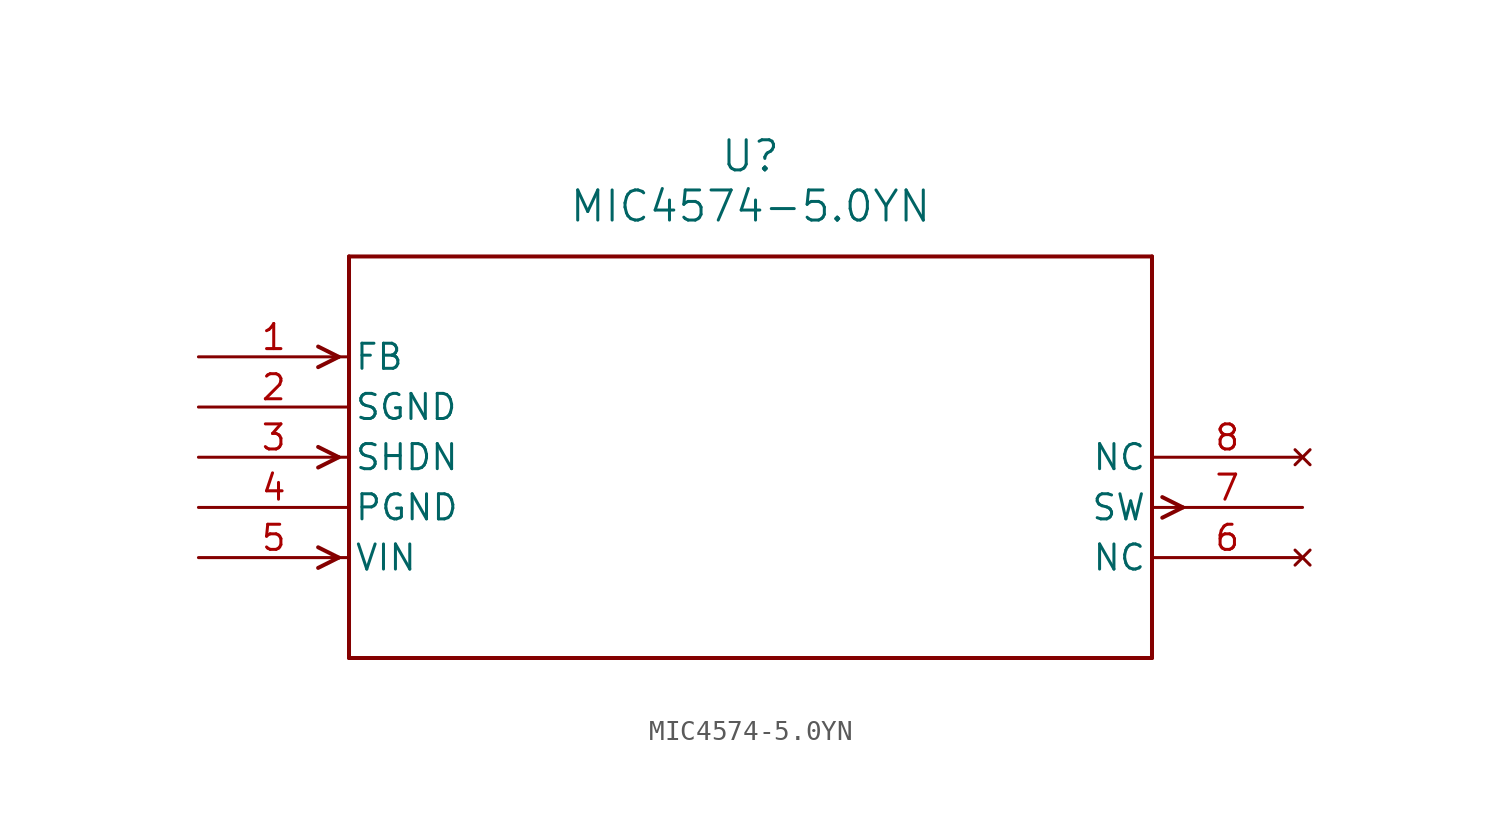
<source format=kicad_sym>
(kicad_symbol_lib
  (version 20211014)
  (generator kicad_symbol_editor)
  (symbol "MIC4574-5.0YN"
    (pin_names
      (offset 0.254))
    (property "Reference" "U"
      (at 27.94 10.16 0)
      (effects (font (size 1.524 1.524))))
    (property "Value" "MIC4574-5.0YN"
      (at 27.94 7.62 0)
      (effects (font (size 1.524 1.524))))
    (symbol "MIC4574-5.0YN_0_1"
      (polyline (pts (xy 7.099 0) (xy 6.058 0.521)) (stroke (width 0.203) (type default) (color 0 0 0 0)) (fill (type none)))
      (polyline (pts (xy 7.099 0) (xy 6.058 -0.521)) (stroke (width 0.203) (type default) (color 0 0 0 0)) (fill (type none)))
      (polyline (pts (xy 7.099 -5.08) (xy 6.058 -4.559)) (stroke (width 0.203) (type default) (color 0 0 0 0)) (fill (type none)))
      (polyline (pts (xy 7.099 -5.08) (xy 6.058 -5.601)) (stroke (width 0.203) (type default) (color 0 0 0 0)) (fill (type none)))
      (polyline (pts (xy 7.099 -10.16) (xy 6.058 -9.639)) (stroke (width 0.203) (type default) (color 0 0 0 0)) (fill (type none)))
      (polyline (pts (xy 7.099 -10.16) (xy 6.058 -10.681)) (stroke (width 0.203) (type default) (color 0 0 0 0)) (fill (type none)))
      (polyline (pts (xy 48.781 -7.099) (xy 49.822 -7.62)) (stroke (width 0.203) (type default) (color 0 0 0 0)) (fill (type none)))
      (polyline (pts (xy 48.781 -8.141) (xy 49.822 -7.62)) (stroke (width 0.203) (type default) (color 0 0 0 0)) (fill (type none)))
      (polyline (pts (xy 7.62 5.08) (xy 7.62 -15.24)) (stroke (width 0.203) (type default) (color 0 0 0 0)) (fill (type none)))
      (polyline (pts (xy 7.62 -15.24) (xy 48.26 -15.24)) (stroke (width 0.203) (type default) (color 0 0 0 0)) (fill (type none)))
      (polyline (pts (xy 48.26 -15.24) (xy 48.26 5.08)) (stroke (width 0.203) (type default) (color 0 0 0 0)) (fill (type none)))
      (polyline (pts (xy 48.26 5.08) (xy 7.62 5.08)) (stroke (width 0.203) (type default) (color 0 0 0 0)) (fill (type none)))
      (pin input line (at 0 0 0) (length 7.62) (name "FB" (effects (font (size 1.27 1.27)))) (number "1" (effects (font (size 1.27 1.27)))))
      (pin power_in line (at 0 -2.54 0) (length 7.62) (name "SGND" (effects (font (size 1.27 1.27)))) (number "2" (effects (font (size 1.27 1.27)))))
      (pin input line (at 0 -5.08 0) (length 7.62) (name "SHDN" (effects (font (size 1.27 1.27)))) (number "3" (effects (font (size 1.27 1.27)))))
      (pin power_in line (at 0 -7.62 0) (length 7.62) (name "PGND" (effects (font (size 1.27 1.27)))) (number "4" (effects (font (size 1.27 1.27)))))
      (pin input line (at 0 -10.16 0) (length 7.62) (name "VIN" (effects (font (size 1.27 1.27)))) (number "5" (effects (font (size 1.27 1.27)))))
      (pin no_connect line (at 55.88 -10.16 180) (length 7.62) (name "NC" (effects (font (size 1.27 1.27)))) (number "6" (effects (font (size 1.27 1.27)))))
      (pin output line (at 55.88 -7.62 180) (length 7.62) (name "SW" (effects (font (size 1.27 1.27)))) (number "7" (effects (font (size 1.27 1.27)))))
      (pin no_connect line (at 55.88 -5.08 180) (length 7.62) (name "NC" (effects (font (size 1.27 1.27)))) (number "8" (effects (font (size 1.27 1.27))))))))
</source>
